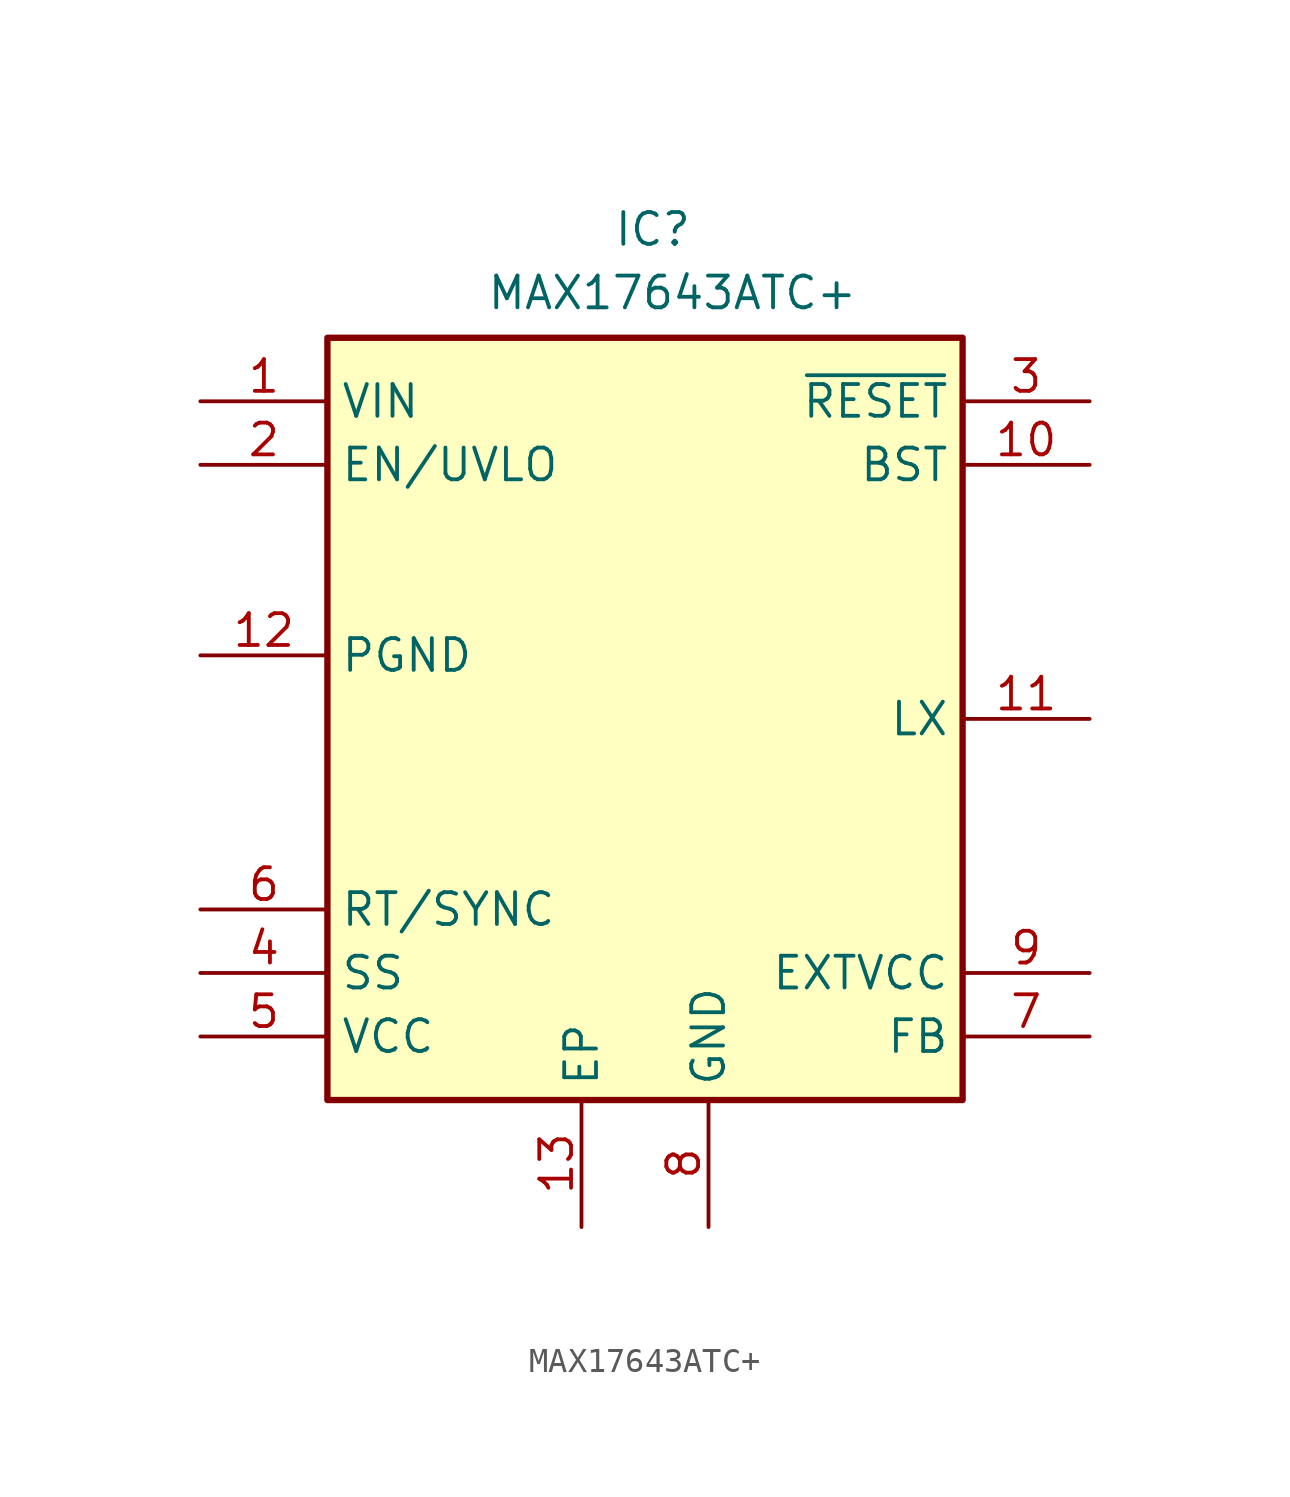
<source format=kicad_sym>
(kicad_symbol_lib
  (version 20220914)
  (generator kicad_symbol_editor)
  (symbol "MAX17643ATC+"
    (property "Reference" "IC"
      (at -1.27 22.86 0)
      (effects (font (size 1.27 1.27)) (justify left top)))
    (property "Value" "MAX17643ATC+"
      (at -6.35 20.32 0)
      (effects (font (size 1.27 1.27)) (justify left top)))
    (symbol "MAX17643ATC+_1_1"
      (rectangle (start -12.7 17.78) (end 12.7 -12.7) (stroke (width 0.254) (type default)) (fill (type background)))
      (pin passive line (at -17.78 15.24 0) (length 5.08) (name "VIN" (effects (font (size 1.27 1.27)))) (number "1" (effects (font (size 1.27 1.27)))))
      (pin passive line (at 17.78 12.7 180) (length 5.08) (name "BST" (effects (font (size 1.27 1.27)))) (number "10" (effects (font (size 1.27 1.27)))))
      (pin passive line (at 17.78 2.54 180) (length 5.08) (name "LX" (effects (font (size 1.27 1.27)))) (number "11" (effects (font (size 1.27 1.27)))))
      (pin passive line (at -17.78 5.08 0) (length 5.08) (name "PGND" (effects (font (size 1.27 1.27)))) (number "12" (effects (font (size 1.27 1.27)))))
      (pin passive line (at -2.54 -17.78 90) (length 5.08) (name "EP" (effects (font (size 1.27 1.27)))) (number "13" (effects (font (size 1.27 1.27)))))
      (pin passive line (at -17.78 12.7 0) (length 5.08) (name "EN/UVLO" (effects (font (size 1.27 1.27)))) (number "2" (effects (font (size 1.27 1.27)))))
      (pin passive line (at 17.78 15.24 180) (length 5.08) (name "~{RESET}" (effects (font (size 1.27 1.27)))) (number "3" (effects (font (size 1.27 1.27)))))
      (pin passive line (at -17.78 -7.62 0) (length 5.08) (name "SS" (effects (font (size 1.27 1.27)))) (number "4" (effects (font (size 1.27 1.27)))))
      (pin passive line (at -17.78 -10.16 0) (length 5.08) (name "VCC" (effects (font (size 1.27 1.27)))) (number "5" (effects (font (size 1.27 1.27)))))
      (pin passive line (at -17.78 -5.08 0) (length 5.08) (name "RT/SYNC" (effects (font (size 1.27 1.27)))) (number "6" (effects (font (size 1.27 1.27)))))
      (pin passive line (at 17.78 -10.16 180) (length 5.08) (name "FB" (effects (font (size 1.27 1.27)))) (number "7" (effects (font (size 1.27 1.27)))))
      (pin passive line (at 2.54 -17.78 90) (length 5.08) (name "GND" (effects (font (size 1.27 1.27)))) (number "8" (effects (font (size 1.27 1.27)))))
      (pin passive line (at 17.78 -7.62 180) (length 5.08) (name "EXTVCC" (effects (font (size 1.27 1.27)))) (number "9" (effects (font (size 1.27 1.27))))))))
</source>
